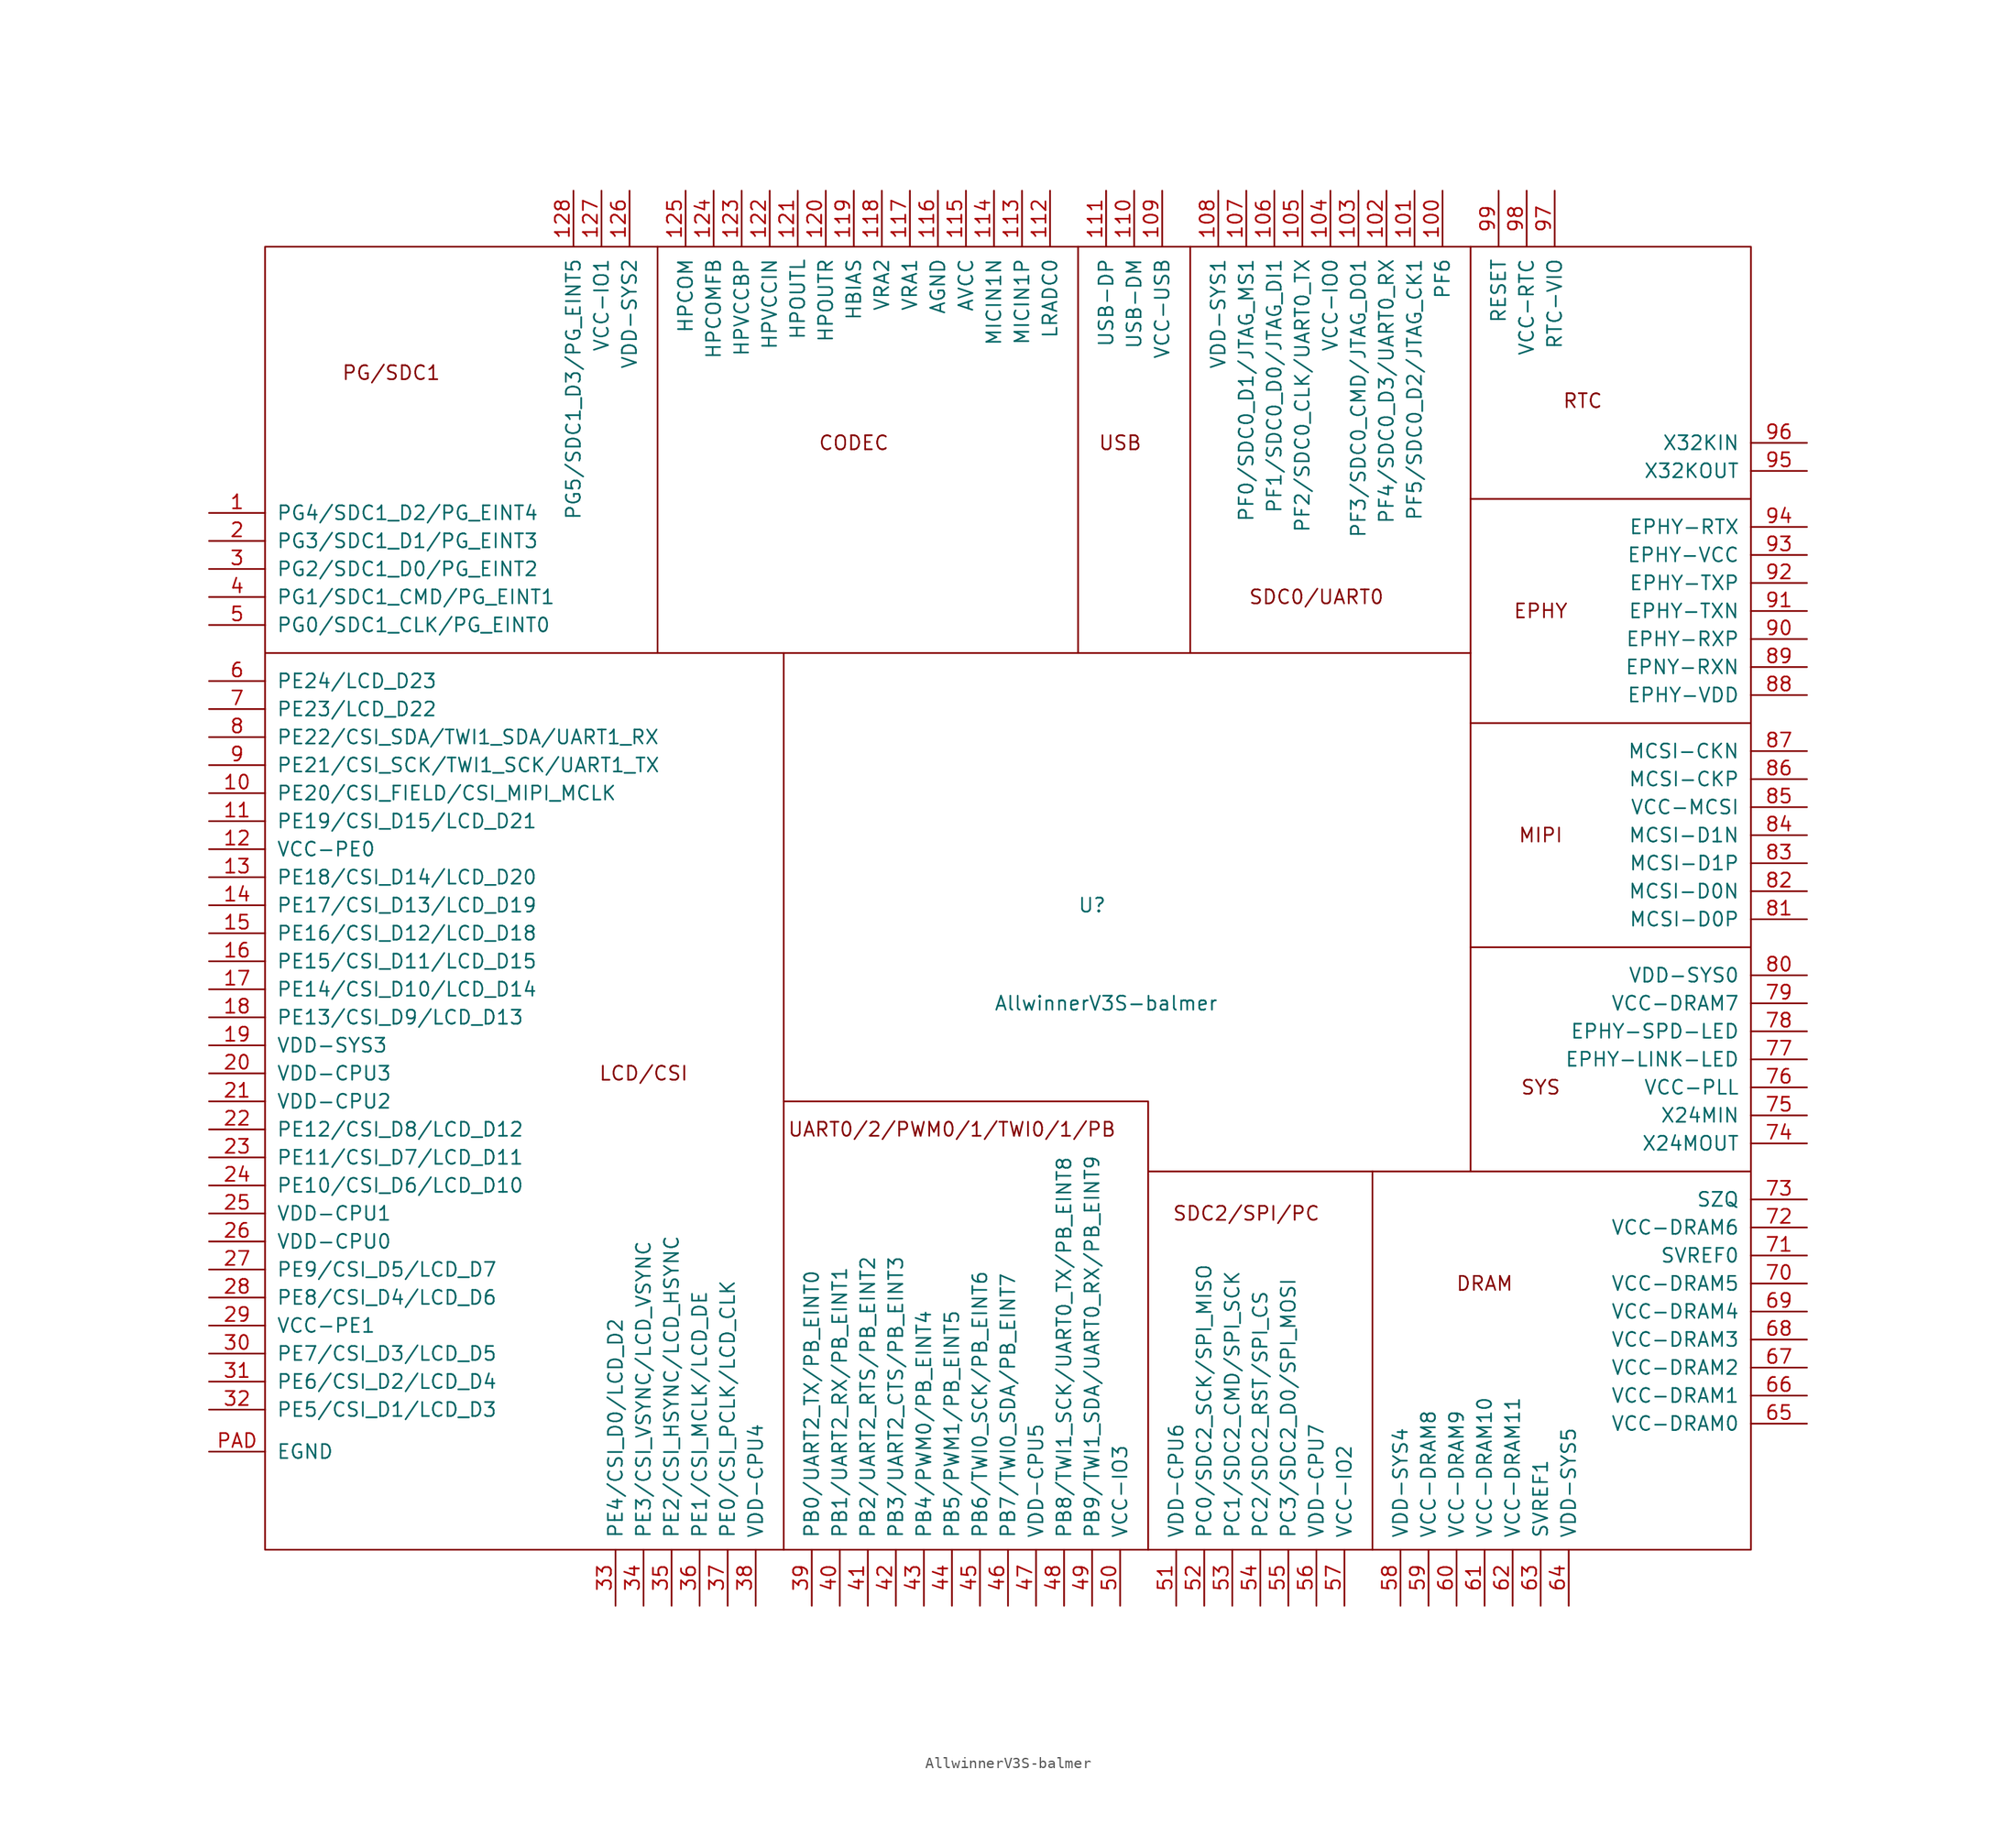
<source format=kicad_sym>
(kicad_symbol_lib
  (version 20211014)
  (generator kicad_symbol_editor)
  (symbol "AllwinnerV3S-balmer"
    (pin_names
      (offset 1.016))
    (property "Reference" "U"
      (at 2.54 5.08 0)
      (effects (font (size 1.27 1.27))))
    (property "Value" "AllwinnerV3S-balmer"
      (at 3.81 -3.81 0)
      (effects (font (size 1.27 1.27))))
    (symbol "AllwinnerV3S-balmer_0_0"
      (polyline (pts (xy -36.83 64.77) (xy -36.83 27.94)) (stroke (width 0) (type default) (color 0 0 0 0)) (fill (type none)))
      (polyline (pts (xy 27.94 -19.05) (xy 7.62 -19.05)) (stroke (width 0) (type default) (color 0 0 0 0)) (fill (type none)))
      (polyline (pts (xy 62.23 41.91) (xy 36.83 41.91)) (stroke (width 0) (type default) (color 0 0 0 0)) (fill (type none)))
      (polyline (pts (xy 1.27 27.94) (xy 11.43 27.94) (xy 11.43 64.77)) (stroke (width 0) (type default) (color 0 0 0 0)) (fill (type none)))
      (polyline (pts (xy 1.27 64.77) (xy 1.27 27.94) (xy -25.4 27.94)) (stroke (width 0) (type default) (color 0 0 0 0)) (fill (type none)))
      (polyline (pts (xy 7.62 -53.34) (xy 7.62 -12.7) (xy -25.4 -12.7)) (stroke (width 0) (type default) (color 0 0 0 0)) (fill (type none)))
      (polyline (pts (xy 27.94 -53.34) (xy 27.94 -19.05) (xy 36.83 -19.05)) (stroke (width 0) (type default) (color 0 0 0 0)) (fill (type none)))
      (polyline (pts (xy 36.83 64.77) (xy 36.83 27.94) (xy 11.43 27.94)) (stroke (width 0) (type default) (color 0 0 0 0)) (fill (type none)))
      (polyline (pts (xy 62.23 -19.05) (xy 36.83 -19.05) (xy 36.83 1.27)) (stroke (width 0) (type default) (color 0 0 0 0)) (fill (type none)))
      (polyline (pts (xy 62.23 1.27) (xy 36.83 1.27) (xy 36.83 21.59)) (stroke (width 0) (type default) (color 0 0 0 0)) (fill (type none)))
      (polyline (pts (xy 62.23 21.59) (xy 36.83 21.59) (xy 36.83 27.94)) (stroke (width 0) (type default) (color 0 0 0 0)) (fill (type none)))
      (text "CODEC" (at -19.05 46.99 0) (effects (font (size 1.27 1.27))))
      (text "DRAM" (at 38.1 -29.21 0) (effects (font (size 1.27 1.27))))
      (text "EPHY" (at 43.18 31.75 0) (effects (font (size 1.27 1.27))))
      (text "LCD/CSI" (at -38.1 -10.16 0) (effects (font (size 1.27 1.27))))
      (text "MIPI" (at 43.18 11.43 0) (effects (font (size 1.27 1.27))))
      (text "PG/SDC1" (at -60.96 53.34 0) (effects (font (size 1.27 1.27))))
      (text "RTC" (at 46.99 50.8 0) (effects (font (size 1.27 1.27))))
      (text "SDC0/UART0" (at 22.86 33.02 0) (effects (font (size 1.27 1.27))))
      (text "SDC2/SPI/PC" (at 16.51 -22.86 0) (effects (font (size 1.27 1.27))))
      (text "SYS" (at 43.18 -11.43 0) (effects (font (size 1.27 1.27))))
      (text "UART0/2/PWM0/1/TWI0/1/PB" (at -10.16 -15.24 0) (effects (font (size 1.27 1.27))))
      (text "USB" (at 5.08 46.99 0) (effects (font (size 1.27 1.27)))))
    (symbol "AllwinnerV3S-balmer_0_1"
      (rectangle (start -72.39 64.77) (end 62.23 -53.34) (stroke (width 0) (type default) (color 0 0 0 0)) (fill (type none)))
      (polyline (pts (xy -72.39 27.94) (xy -25.4 27.94) (xy -25.4 -53.34)) (stroke (width 0) (type default) (color 0 0 0 0)) (fill (type none))))
    (symbol "AllwinnerV3S-balmer_1_1"
      (pin input line (at -77.47 40.64 0) (length 5.08) (name "PG4/SDC1_D2/PG_EINT4" (effects (font (size 1.27 1.27)))) (number "1" (effects (font (size 1.27 1.27)))))
      (pin input line (at -77.47 15.24 0) (length 5.08) (name "PE20/CSI_FIELD/CSI_MIPI_MCLK" (effects (font (size 1.27 1.27)))) (number "10" (effects (font (size 1.27 1.27)))))
      (pin input line (at 34.29 69.85 270) (length 5.08) (name "PF6" (effects (font (size 1.27 1.27)))) (number "100" (effects (font (size 1.27 1.27)))))
      (pin input line (at 31.75 69.85 270) (length 5.08) (name "PF5/SDC0_D2/JTAG_CK1" (effects (font (size 1.27 1.27)))) (number "101" (effects (font (size 1.27 1.27)))))
      (pin input line (at 29.21 69.85 270) (length 5.08) (name "PF4/SDC0_D3/UART0_RX" (effects (font (size 1.27 1.27)))) (number "102" (effects (font (size 1.27 1.27)))))
      (pin input line (at 26.67 69.85 270) (length 5.08) (name "PF3/SDC0_CMD/JTAG_DO1" (effects (font (size 1.27 1.27)))) (number "103" (effects (font (size 1.27 1.27)))))
      (pin input line (at 24.13 69.85 270) (length 5.08) (name "VCC-IO0" (effects (font (size 1.27 1.27)))) (number "104" (effects (font (size 1.27 1.27)))))
      (pin input line (at 21.59 69.85 270) (length 5.08) (name "PF2/SDC0_CLK/UART0_TX" (effects (font (size 1.27 1.27)))) (number "105" (effects (font (size 1.27 1.27)))))
      (pin input line (at 19.05 69.85 270) (length 5.08) (name "PF1/SDC0_D0/JTAG_DI1" (effects (font (size 1.27 1.27)))) (number "106" (effects (font (size 1.27 1.27)))))
      (pin input line (at 16.51 69.85 270) (length 5.08) (name "PF0/SDC0_D1/JTAG_MS1" (effects (font (size 1.27 1.27)))) (number "107" (effects (font (size 1.27 1.27)))))
      (pin input line (at 13.97 69.85 270) (length 5.08) (name "VDD-SYS1" (effects (font (size 1.27 1.27)))) (number "108" (effects (font (size 1.27 1.27)))))
      (pin input line (at 8.89 69.85 270) (length 5.08) (name "VCC-USB" (effects (font (size 1.27 1.27)))) (number "109" (effects (font (size 1.27 1.27)))))
      (pin input line (at -77.47 12.7 0) (length 5.08) (name "PE19/CSI_D15/LCD_D21" (effects (font (size 1.27 1.27)))) (number "11" (effects (font (size 1.27 1.27)))))
      (pin input line (at 6.35 69.85 270) (length 5.08) (name "USB-DM" (effects (font (size 1.27 1.27)))) (number "110" (effects (font (size 1.27 1.27)))))
      (pin input line (at 3.81 69.85 270) (length 5.08) (name "USB-DP" (effects (font (size 1.27 1.27)))) (number "111" (effects (font (size 1.27 1.27)))))
      (pin input line (at -1.27 69.85 270) (length 5.08) (name "LRADC0" (effects (font (size 1.27 1.27)))) (number "112" (effects (font (size 1.27 1.27)))))
      (pin input line (at -3.81 69.85 270) (length 5.08) (name "MICIN1P" (effects (font (size 1.27 1.27)))) (number "113" (effects (font (size 1.27 1.27)))))
      (pin input line (at -6.35 69.85 270) (length 5.08) (name "MICIN1N" (effects (font (size 1.27 1.27)))) (number "114" (effects (font (size 1.27 1.27)))))
      (pin input line (at -8.89 69.85 270) (length 5.08) (name "AVCC" (effects (font (size 1.27 1.27)))) (number "115" (effects (font (size 1.27 1.27)))))
      (pin input line (at -11.43 69.85 270) (length 5.08) (name "AGND" (effects (font (size 1.27 1.27)))) (number "116" (effects (font (size 1.27 1.27)))))
      (pin input line (at -13.97 69.85 270) (length 5.08) (name "VRA1" (effects (font (size 1.27 1.27)))) (number "117" (effects (font (size 1.27 1.27)))))
      (pin input line (at -16.51 69.85 270) (length 5.08) (name "VRA2" (effects (font (size 1.27 1.27)))) (number "118" (effects (font (size 1.27 1.27)))))
      (pin input line (at -19.05 69.85 270) (length 5.08) (name "HBIAS" (effects (font (size 1.27 1.27)))) (number "119" (effects (font (size 1.27 1.27)))))
      (pin input line (at -77.47 10.16 0) (length 5.08) (name "VCC-PE0" (effects (font (size 1.27 1.27)))) (number "12" (effects (font (size 1.27 1.27)))))
      (pin input line (at -21.59 69.85 270) (length 5.08) (name "HPOUTR" (effects (font (size 1.27 1.27)))) (number "120" (effects (font (size 1.27 1.27)))))
      (pin input line (at -24.13 69.85 270) (length 5.08) (name "HPOUTL" (effects (font (size 1.27 1.27)))) (number "121" (effects (font (size 1.27 1.27)))))
      (pin input line (at -26.67 69.85 270) (length 5.08) (name "HPVCCIN" (effects (font (size 1.27 1.27)))) (number "122" (effects (font (size 1.27 1.27)))))
      (pin input line (at -29.21 69.85 270) (length 5.08) (name "HPVCCBP" (effects (font (size 1.27 1.27)))) (number "123" (effects (font (size 1.27 1.27)))))
      (pin input line (at -31.75 69.85 270) (length 5.08) (name "HPCOMFB" (effects (font (size 1.27 1.27)))) (number "124" (effects (font (size 1.27 1.27)))))
      (pin input line (at -34.29 69.85 270) (length 5.08) (name "HPCOM" (effects (font (size 1.27 1.27)))) (number "125" (effects (font (size 1.27 1.27)))))
      (pin input line (at -39.37 69.85 270) (length 5.08) (name "VDD-SYS2" (effects (font (size 1.27 1.27)))) (number "126" (effects (font (size 1.27 1.27)))))
      (pin input line (at -41.91 69.85 270) (length 5.08) (name "VCC-IO1" (effects (font (size 1.27 1.27)))) (number "127" (effects (font (size 1.27 1.27)))))
      (pin input line (at -44.45 69.85 270) (length 5.08) (name "PG5/SDC1_D3/PG_EINT5" (effects (font (size 1.27 1.27)))) (number "128" (effects (font (size 1.27 1.27)))))
      (pin input line (at -77.47 7.62 0) (length 5.08) (name "PE18/CSI_D14/LCD_D20" (effects (font (size 1.27 1.27)))) (number "13" (effects (font (size 1.27 1.27)))))
      (pin input line (at -77.47 5.08 0) (length 5.08) (name "PE17/CSI_D13/LCD_D19" (effects (font (size 1.27 1.27)))) (number "14" (effects (font (size 1.27 1.27)))))
      (pin input line (at -77.47 2.54 0) (length 5.08) (name "PE16/CSI_D12/LCD_D18" (effects (font (size 1.27 1.27)))) (number "15" (effects (font (size 1.27 1.27)))))
      (pin input line (at -77.47 0 0) (length 5.08) (name "PE15/CSI_D11/LCD_D15" (effects (font (size 1.27 1.27)))) (number "16" (effects (font (size 1.27 1.27)))))
      (pin input line (at -77.47 -2.54 0) (length 5.08) (name "PE14/CSI_D10/LCD_D14" (effects (font (size 1.27 1.27)))) (number "17" (effects (font (size 1.27 1.27)))))
      (pin input line (at -77.47 -5.08 0) (length 5.08) (name "PE13/CSI_D9/LCD_D13" (effects (font (size 1.27 1.27)))) (number "18" (effects (font (size 1.27 1.27)))))
      (pin input line (at -77.47 -7.62 0) (length 5.08) (name "VDD-SYS3" (effects (font (size 1.27 1.27)))) (number "19" (effects (font (size 1.27 1.27)))))
      (pin input line (at -77.47 38.1 0) (length 5.08) (name "PG3/SDC1_D1/PG_EINT3" (effects (font (size 1.27 1.27)))) (number "2" (effects (font (size 1.27 1.27)))))
      (pin input line (at -77.47 -10.16 0) (length 5.08) (name "VDD-CPU3" (effects (font (size 1.27 1.27)))) (number "20" (effects (font (size 1.27 1.27)))))
      (pin input line (at -77.47 -12.7 0) (length 5.08) (name "VDD-CPU2" (effects (font (size 1.27 1.27)))) (number "21" (effects (font (size 1.27 1.27)))))
      (pin input line (at -77.47 -15.24 0) (length 5.08) (name "PE12/CSI_D8/LCD_D12" (effects (font (size 1.27 1.27)))) (number "22" (effects (font (size 1.27 1.27)))))
      (pin input line (at -77.47 -17.78 0) (length 5.08) (name "PE11/CSI_D7/LCD_D11" (effects (font (size 1.27 1.27)))) (number "23" (effects (font (size 1.27 1.27)))))
      (pin input line (at -77.47 -20.32 0) (length 5.08) (name "PE10/CSI_D6/LCD_D10" (effects (font (size 1.27 1.27)))) (number "24" (effects (font (size 1.27 1.27)))))
      (pin input line (at -77.47 -22.86 0) (length 5.08) (name "VDD-CPU1" (effects (font (size 1.27 1.27)))) (number "25" (effects (font (size 1.27 1.27)))))
      (pin input line (at -77.47 -25.4 0) (length 5.08) (name "VDD-CPU0" (effects (font (size 1.27 1.27)))) (number "26" (effects (font (size 1.27 1.27)))))
      (pin input line (at -77.47 -27.94 0) (length 5.08) (name "PE9/CSI_D5/LCD_D7" (effects (font (size 1.27 1.27)))) (number "27" (effects (font (size 1.27 1.27)))))
      (pin input line (at -77.47 -30.48 0) (length 5.08) (name "PE8/CSI_D4/LCD_D6" (effects (font (size 1.27 1.27)))) (number "28" (effects (font (size 1.27 1.27)))))
      (pin input line (at -77.47 -33.02 0) (length 5.08) (name "VCC-PE1" (effects (font (size 1.27 1.27)))) (number "29" (effects (font (size 1.27 1.27)))))
      (pin input line (at -77.47 35.56 0) (length 5.08) (name "PG2/SDC1_D0/PG_EINT2" (effects (font (size 1.27 1.27)))) (number "3" (effects (font (size 1.27 1.27)))))
      (pin input line (at -77.47 -35.56 0) (length 5.08) (name "PE7/CSI_D3/LCD_D5" (effects (font (size 1.27 1.27)))) (number "30" (effects (font (size 1.27 1.27)))))
      (pin input line (at -77.47 -38.1 0) (length 5.08) (name "PE6/CSI_D2/LCD_D4" (effects (font (size 1.27 1.27)))) (number "31" (effects (font (size 1.27 1.27)))))
      (pin input line (at -77.47 -40.64 0) (length 5.08) (name "PE5/CSI_D1/LCD_D3" (effects (font (size 1.27 1.27)))) (number "32" (effects (font (size 1.27 1.27)))))
      (pin input line (at -40.64 -58.42 90) (length 5.08) (name "PE4/CSI_D0/LCD_D2" (effects (font (size 1.27 1.27)))) (number "33" (effects (font (size 1.27 1.27)))))
      (pin input line (at -38.1 -58.42 90) (length 5.08) (name "PE3/CSI_VSYNC/LCD_VSYNC" (effects (font (size 1.27 1.27)))) (number "34" (effects (font (size 1.27 1.27)))))
      (pin input line (at -35.56 -58.42 90) (length 5.08) (name "PE2/CSI_HSYNC/LCD_HSYNC" (effects (font (size 1.27 1.27)))) (number "35" (effects (font (size 1.27 1.27)))))
      (pin input line (at -33.02 -58.42 90) (length 5.08) (name "PE1/CSI_MCLK/LCD_DE" (effects (font (size 1.27 1.27)))) (number "36" (effects (font (size 1.27 1.27)))))
      (pin input line (at -30.48 -58.42 90) (length 5.08) (name "PE0/CSI_PCLK/LCD_CLK" (effects (font (size 1.27 1.27)))) (number "37" (effects (font (size 1.27 1.27)))))
      (pin input line (at -27.94 -58.42 90) (length 5.08) (name "VDD-CPU4" (effects (font (size 1.27 1.27)))) (number "38" (effects (font (size 1.27 1.27)))))
      (pin input line (at -22.86 -58.42 90) (length 5.08) (name "PB0/UART2_TX/PB_EINT0" (effects (font (size 1.27 1.27)))) (number "39" (effects (font (size 1.27 1.27)))))
      (pin input line (at -77.47 33.02 0) (length 5.08) (name "PG1/SDC1_CMD/PG_EINT1" (effects (font (size 1.27 1.27)))) (number "4" (effects (font (size 1.27 1.27)))))
      (pin input line (at -20.32 -58.42 90) (length 5.08) (name "PB1/UART2_RX/PB_EINT1" (effects (font (size 1.27 1.27)))) (number "40" (effects (font (size 1.27 1.27)))))
      (pin input line (at -17.78 -58.42 90) (length 5.08) (name "PB2/UART2_RTS/PB_EINT2" (effects (font (size 1.27 1.27)))) (number "41" (effects (font (size 1.27 1.27)))))
      (pin input line (at -15.24 -58.42 90) (length 5.08) (name "PB3/UART2_CTS/PB_EINT3" (effects (font (size 1.27 1.27)))) (number "42" (effects (font (size 1.27 1.27)))))
      (pin input line (at -12.7 -58.42 90) (length 5.08) (name "PB4/PWM0/PB_EINT4" (effects (font (size 1.27 1.27)))) (number "43" (effects (font (size 1.27 1.27)))))
      (pin input line (at -10.16 -58.42 90) (length 5.08) (name "PB5/PWM1/PB_EINT5" (effects (font (size 1.27 1.27)))) (number "44" (effects (font (size 1.27 1.27)))))
      (pin input line (at -7.62 -58.42 90) (length 5.08) (name "PB6/TWI0_SCK/PB_EINT6" (effects (font (size 1.27 1.27)))) (number "45" (effects (font (size 1.27 1.27)))))
      (pin input line (at -5.08 -58.42 90) (length 5.08) (name "PB7/TWI0_SDA/PB_EINT7" (effects (font (size 1.27 1.27)))) (number "46" (effects (font (size 1.27 1.27)))))
      (pin input line (at -2.54 -58.42 90) (length 5.08) (name "VDD-CPU5" (effects (font (size 1.27 1.27)))) (number "47" (effects (font (size 1.27 1.27)))))
      (pin input line (at 0 -58.42 90) (length 5.08) (name "PB8/TWI1_SCK/UART0_TX/PB_EINT8" (effects (font (size 1.27 1.27)))) (number "48" (effects (font (size 1.27 1.27)))))
      (pin input line (at 2.54 -58.42 90) (length 5.08) (name "PB9/TWI1_SDA/UART0_RX/PB_EINT9" (effects (font (size 1.27 1.27)))) (number "49" (effects (font (size 1.27 1.27)))))
      (pin input line (at -77.47 30.48 0) (length 5.08) (name "PG0/SDC1_CLK/PG_EINT0" (effects (font (size 1.27 1.27)))) (number "5" (effects (font (size 1.27 1.27)))))
      (pin input line (at 5.08 -58.42 90) (length 5.08) (name "VCC-IO3" (effects (font (size 1.27 1.27)))) (number "50" (effects (font (size 1.27 1.27)))))
      (pin input line (at 10.16 -58.42 90) (length 5.08) (name "VDD-CPU6" (effects (font (size 1.27 1.27)))) (number "51" (effects (font (size 1.27 1.27)))))
      (pin input line (at 12.7 -58.42 90) (length 5.08) (name "PC0/SDC2_SCK/SPI_MISO" (effects (font (size 1.27 1.27)))) (number "52" (effects (font (size 1.27 1.27)))))
      (pin input line (at 15.24 -58.42 90) (length 5.08) (name "PC1/SDC2_CMD/SPI_SCK" (effects (font (size 1.27 1.27)))) (number "53" (effects (font (size 1.27 1.27)))))
      (pin input line (at 17.78 -58.42 90) (length 5.08) (name "PC2/SDC2_RST/SPI_CS" (effects (font (size 1.27 1.27)))) (number "54" (effects (font (size 1.27 1.27)))))
      (pin input line (at 20.32 -58.42 90) (length 5.08) (name "PC3/SDC2_D0/SPI_MOSI" (effects (font (size 1.27 1.27)))) (number "55" (effects (font (size 1.27 1.27)))))
      (pin input line (at 22.86 -58.42 90) (length 5.08) (name "VDD-CPU7" (effects (font (size 1.27 1.27)))) (number "56" (effects (font (size 1.27 1.27)))))
      (pin input line (at 25.4 -58.42 90) (length 5.08) (name "VCC-IO2" (effects (font (size 1.27 1.27)))) (number "57" (effects (font (size 1.27 1.27)))))
      (pin input line (at 30.48 -58.42 90) (length 5.08) (name "VDD-SYS4" (effects (font (size 1.27 1.27)))) (number "58" (effects (font (size 1.27 1.27)))))
      (pin input line (at 33.02 -58.42 90) (length 5.08) (name "VCC-DRAM8" (effects (font (size 1.27 1.27)))) (number "59" (effects (font (size 1.27 1.27)))))
      (pin input line (at -77.47 25.4 0) (length 5.08) (name "PE24/LCD_D23" (effects (font (size 1.27 1.27)))) (number "6" (effects (font (size 1.27 1.27)))))
      (pin input line (at 35.56 -58.42 90) (length 5.08) (name "VCC-DRAM9" (effects (font (size 1.27 1.27)))) (number "60" (effects (font (size 1.27 1.27)))))
      (pin input line (at 38.1 -58.42 90) (length 5.08) (name "VCC-DRAM10" (effects (font (size 1.27 1.27)))) (number "61" (effects (font (size 1.27 1.27)))))
      (pin input line (at 40.64 -58.42 90) (length 5.08) (name "VCC-DRAM11" (effects (font (size 1.27 1.27)))) (number "62" (effects (font (size 1.27 1.27)))))
      (pin input line (at 43.18 -58.42 90) (length 5.08) (name "SVREF1" (effects (font (size 1.27 1.27)))) (number "63" (effects (font (size 1.27 1.27)))))
      (pin input line (at 45.72 -58.42 90) (length 5.08) (name "VDD-SYS5" (effects (font (size 1.27 1.27)))) (number "64" (effects (font (size 1.27 1.27)))))
      (pin input line (at 67.31 -41.91 180) (length 5.08) (name "VCC-DRAM0" (effects (font (size 1.27 1.27)))) (number "65" (effects (font (size 1.27 1.27)))))
      (pin input line (at 67.31 -39.37 180) (length 5.08) (name "VCC-DRAM1" (effects (font (size 1.27 1.27)))) (number "66" (effects (font (size 1.27 1.27)))))
      (pin input line (at 67.31 -36.83 180) (length 5.08) (name "VCC-DRAM2" (effects (font (size 1.27 1.27)))) (number "67" (effects (font (size 1.27 1.27)))))
      (pin input line (at 67.31 -34.29 180) (length 5.08) (name "VCC-DRAM3" (effects (font (size 1.27 1.27)))) (number "68" (effects (font (size 1.27 1.27)))))
      (pin input line (at 67.31 -31.75 180) (length 5.08) (name "VCC-DRAM4" (effects (font (size 1.27 1.27)))) (number "69" (effects (font (size 1.27 1.27)))))
      (pin input line (at -77.47 22.86 0) (length 5.08) (name "PE23/LCD_D22" (effects (font (size 1.27 1.27)))) (number "7" (effects (font (size 1.27 1.27)))))
      (pin input line (at 67.31 -29.21 180) (length 5.08) (name "VCC-DRAM5" (effects (font (size 1.27 1.27)))) (number "70" (effects (font (size 1.27 1.27)))))
      (pin input line (at 67.31 -26.67 180) (length 5.08) (name "SVREF0" (effects (font (size 1.27 1.27)))) (number "71" (effects (font (size 1.27 1.27)))))
      (pin input line (at 67.31 -24.13 180) (length 5.08) (name "VCC-DRAM6" (effects (font (size 1.27 1.27)))) (number "72" (effects (font (size 1.27 1.27)))))
      (pin input line (at 67.31 -21.59 180) (length 5.08) (name "SZQ" (effects (font (size 1.27 1.27)))) (number "73" (effects (font (size 1.27 1.27)))))
      (pin input line (at 67.31 -16.51 180) (length 5.08) (name "X24MOUT" (effects (font (size 1.27 1.27)))) (number "74" (effects (font (size 1.27 1.27)))))
      (pin input line (at 67.31 -13.97 180) (length 5.08) (name "X24MIN" (effects (font (size 1.27 1.27)))) (number "75" (effects (font (size 1.27 1.27)))))
      (pin input line (at 67.31 -11.43 180) (length 5.08) (name "VCC-PLL" (effects (font (size 1.27 1.27)))) (number "76" (effects (font (size 1.27 1.27)))))
      (pin input line (at 67.31 -8.89 180) (length 5.08) (name "EPHY-LINK-LED" (effects (font (size 1.27 1.27)))) (number "77" (effects (font (size 1.27 1.27)))))
      (pin input line (at 67.31 -6.35 180) (length 5.08) (name "EPHY-SPD-LED" (effects (font (size 1.27 1.27)))) (number "78" (effects (font (size 1.27 1.27)))))
      (pin input line (at 67.31 -3.81 180) (length 5.08) (name "VCC-DRAM7" (effects (font (size 1.27 1.27)))) (number "79" (effects (font (size 1.27 1.27)))))
      (pin input line (at -77.47 20.32 0) (length 5.08) (name "PE22/CSI_SDA/TWI1_SDA/UART1_RX" (effects (font (size 1.27 1.27)))) (number "8" (effects (font (size 1.27 1.27)))))
      (pin input line (at 67.31 -1.27 180) (length 5.08) (name "VDD-SYS0" (effects (font (size 1.27 1.27)))) (number "80" (effects (font (size 1.27 1.27)))))
      (pin input line (at 67.31 3.81 180) (length 5.08) (name "MCSI-D0P" (effects (font (size 1.27 1.27)))) (number "81" (effects (font (size 1.27 1.27)))))
      (pin input line (at 67.31 6.35 180) (length 5.08) (name "MCSI-D0N" (effects (font (size 1.27 1.27)))) (number "82" (effects (font (size 1.27 1.27)))))
      (pin input line (at 67.31 8.89 180) (length 5.08) (name "MCSI-D1P" (effects (font (size 1.27 1.27)))) (number "83" (effects (font (size 1.27 1.27)))))
      (pin input line (at 67.31 11.43 180) (length 5.08) (name "MCSI-D1N" (effects (font (size 1.27 1.27)))) (number "84" (effects (font (size 1.27 1.27)))))
      (pin input line (at 67.31 13.97 180) (length 5.08) (name "VCC-MCSI" (effects (font (size 1.27 1.27)))) (number "85" (effects (font (size 1.27 1.27)))))
      (pin input line (at 67.31 16.51 180) (length 5.08) (name "MCSI-CKP" (effects (font (size 1.27 1.27)))) (number "86" (effects (font (size 1.27 1.27)))))
      (pin input line (at 67.31 19.05 180) (length 5.08) (name "MCSI-CKN" (effects (font (size 1.27 1.27)))) (number "87" (effects (font (size 1.27 1.27)))))
      (pin input line (at 67.31 24.13 180) (length 5.08) (name "EPHY-VDD" (effects (font (size 1.27 1.27)))) (number "88" (effects (font (size 1.27 1.27)))))
      (pin input line (at 67.31 26.67 180) (length 5.08) (name "EPNY-RXN" (effects (font (size 1.27 1.27)))) (number "89" (effects (font (size 1.27 1.27)))))
      (pin input line (at -77.47 17.78 0) (length 5.08) (name "PE21/CSI_SCK/TWI1_SCK/UART1_TX" (effects (font (size 1.27 1.27)))) (number "9" (effects (font (size 1.27 1.27)))))
      (pin input line (at 67.31 29.21 180) (length 5.08) (name "EPHY-RXP" (effects (font (size 1.27 1.27)))) (number "90" (effects (font (size 1.27 1.27)))))
      (pin input line (at 67.31 31.75 180) (length 5.08) (name "EPHY-TXN" (effects (font (size 1.27 1.27)))) (number "91" (effects (font (size 1.27 1.27)))))
      (pin input line (at 67.31 34.29 180) (length 5.08) (name "EPHY-TXP" (effects (font (size 1.27 1.27)))) (number "92" (effects (font (size 1.27 1.27)))))
      (pin input line (at 67.31 36.83 180) (length 5.08) (name "EPHY-VCC" (effects (font (size 1.27 1.27)))) (number "93" (effects (font (size 1.27 1.27)))))
      (pin input line (at 67.31 39.37 180) (length 5.08) (name "EPHY-RTX" (effects (font (size 1.27 1.27)))) (number "94" (effects (font (size 1.27 1.27)))))
      (pin input line (at 67.31 44.45 180) (length 5.08) (name "X32KOUT" (effects (font (size 1.27 1.27)))) (number "95" (effects (font (size 1.27 1.27)))))
      (pin input line (at 67.31 46.99 180) (length 5.08) (name "X32KIN" (effects (font (size 1.27 1.27)))) (number "96" (effects (font (size 1.27 1.27)))))
      (pin input line (at 44.45 69.85 270) (length 5.08) (name "RTC-VIO" (effects (font (size 1.27 1.27)))) (number "97" (effects (font (size 1.27 1.27)))))
      (pin input line (at 41.91 69.85 270) (length 5.08) (name "VCC-RTC" (effects (font (size 1.27 1.27)))) (number "98" (effects (font (size 1.27 1.27)))))
      (pin input line (at 39.37 69.85 270) (length 5.08) (name "RESET" (effects (font (size 1.27 1.27)))) (number "99" (effects (font (size 1.27 1.27)))))
      (pin input line (at -77.47 -44.45 0) (length 5.08) (name "EGND" (effects (font (size 1.27 1.27)))) (number "PAD" (effects (font (size 1.27 1.27))))))))
</source>
